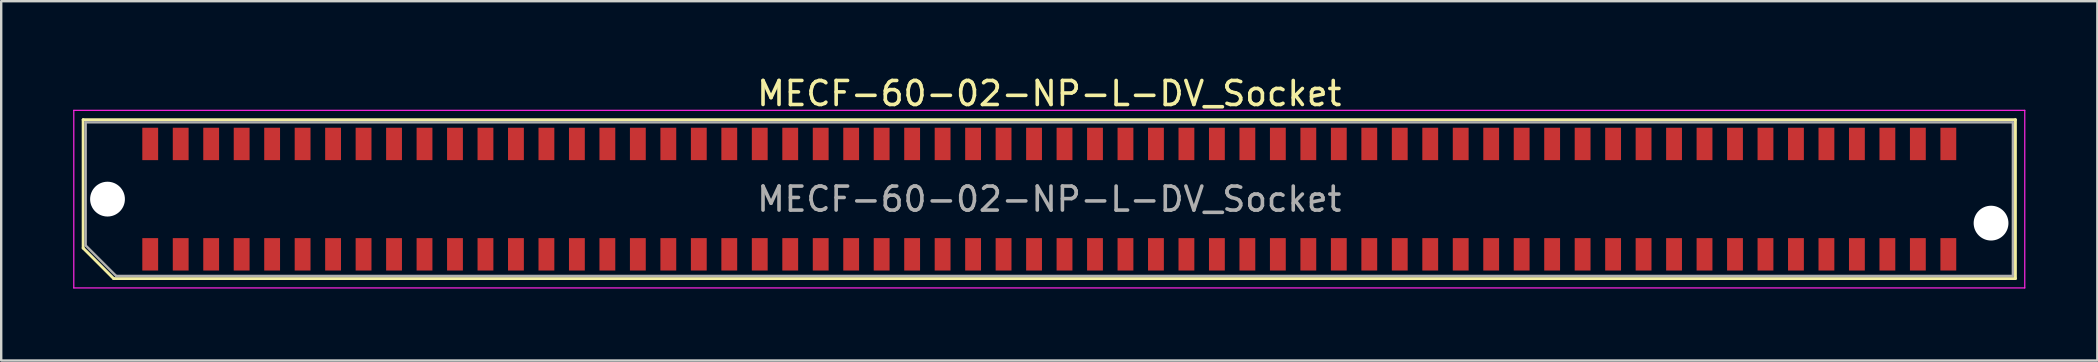
<source format=kicad_pcb>
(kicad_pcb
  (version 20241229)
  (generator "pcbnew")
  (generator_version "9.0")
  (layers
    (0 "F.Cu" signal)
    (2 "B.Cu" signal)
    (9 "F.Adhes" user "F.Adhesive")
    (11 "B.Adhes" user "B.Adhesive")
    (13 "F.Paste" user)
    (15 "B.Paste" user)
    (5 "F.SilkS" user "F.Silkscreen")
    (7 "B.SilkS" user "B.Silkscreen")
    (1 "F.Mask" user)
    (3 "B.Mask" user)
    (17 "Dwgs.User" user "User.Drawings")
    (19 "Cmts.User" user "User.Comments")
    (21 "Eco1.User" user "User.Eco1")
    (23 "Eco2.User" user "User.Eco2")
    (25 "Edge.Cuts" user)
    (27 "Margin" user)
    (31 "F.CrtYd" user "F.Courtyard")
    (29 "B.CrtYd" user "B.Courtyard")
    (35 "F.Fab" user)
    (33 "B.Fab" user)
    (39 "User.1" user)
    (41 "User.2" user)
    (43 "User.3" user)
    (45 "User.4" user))
  (footprint "MECF-60-02-NP-L-DV_Socket"
    (layer "F.Cu")
    (at 40.675 5.248)
    (property "Reference" "MECF-60-02-NP-L-DV_Socket" (at 0 -4.4 0) (layer "F.SilkS") (effects (font (size 1 1) (thickness 0.15))))
    (attr smd)
    (fp_line (start -40.26 -3.31) (end 40.26 -3.31) (stroke (width 0.12) (type solid)) (layer "F.SilkS"))
    (fp_line (start -40.26 2.04) (end -40.26 -3.31) (stroke (width 0.12) (type solid)) (layer "F.SilkS"))
    (fp_line (start -38.99 3.31) (end -40.26 2.04) (stroke (width 0.12) (type solid)) (layer "F.SilkS"))
    (fp_line (start -38.99 3.31) (end 40.26 3.31) (stroke (width 0.12) (type solid)) (layer "F.SilkS"))
    (fp_line (start 40.26 3.31) (end 40.26 -3.31) (stroke (width 0.12) (type solid)) (layer "F.SilkS"))
    (fp_line (start -40.65 -3.7) (end -40.65 3.7) (stroke (width 0.05) (type solid)) (layer "F.CrtYd"))
    (fp_line (start -40.65 3.7) (end 40.65 3.7) (stroke (width 0.05) (type solid)) (layer "F.CrtYd"))
    (fp_line (start 40.65 -3.7) (end -40.65 -3.7) (stroke (width 0.05) (type solid)) (layer "F.CrtYd"))
    (fp_line (start 40.65 3.7) (end 40.65 -3.7) (stroke (width 0.05) (type solid)) (layer "F.CrtYd"))
    (fp_line (start -40.155 -3.2) (end 40.155 -3.2) (stroke (width 0.1) (type solid)) (layer "F.Fab"))
    (fp_line (start -40.155 1.93) (end -40.155 -3.2) (stroke (width 0.1) (type solid)) (layer "F.Fab"))
    (fp_line (start -40.155 1.93) (end -38.885 3.2) (stroke (width 0.1) (type solid)) (layer "F.Fab"))
    (fp_line (start -38.885 3.2) (end 40.155 3.2) (stroke (width 0.1) (type solid)) (layer "F.Fab"))
    (fp_line (start 40.155 3.2) (end 40.155 -3.2) (stroke (width 0.1) (type solid)) (layer "F.Fab"))
    (fp_text user "${REFERENCE}" (at 0 0 0) (layer "F.Fab") (effects (font (size 1 1) (thickness 0.15))))
    (pad "" np_thru_hole circle (at -39.245 0) (size 1.45 1.45) (drill 1.45) (layers "*.Cu" "*.Mask"))
    (pad "" np_thru_hole circle (at 39.245 1) (size 1.45 1.45) (drill 1.45) (layers "*.Cu" "*.Mask"))
    (pad "1" smd rect (at -37.465 2.3) (size 0.66 1.35) (layers "F.Cu" "F.Mask" "F.Paste"))
    (pad "2" smd rect (at -37.465 -2.3) (size 0.66 1.35) (layers "F.Cu" "F.Mask" "F.Paste"))
    (pad "3" smd rect (at -36.195 2.3) (size 0.66 1.35) (layers "F.Cu" "F.Mask" "F.Paste"))
    (pad "4" smd rect (at -36.195 -2.3) (size 0.66 1.35) (layers "F.Cu" "F.Mask" "F.Paste"))
    (pad "5" smd rect (at -34.925 2.3) (size 0.66 1.35) (layers "F.Cu" "F.Mask" "F.Paste"))
    (pad "6" smd rect (at -34.925 -2.3) (size 0.66 1.35) (layers "F.Cu" "F.Mask" "F.Paste"))
    (pad "7" smd rect (at -33.655 2.3) (size 0.66 1.35) (layers "F.Cu" "F.Mask" "F.Paste"))
    (pad "8" smd rect (at -33.655 -2.3) (size 0.66 1.35) (layers "F.Cu" "F.Mask" "F.Paste"))
    (pad "9" smd rect (at -32.385 2.3) (size 0.66 1.35) (layers "F.Cu" "F.Mask" "F.Paste"))
    (pad "10" smd rect (at -32.385 -2.3) (size 0.66 1.35) (layers "F.Cu" "F.Mask" "F.Paste"))
    (pad "11" smd rect (at -31.115 2.3) (size 0.66 1.35) (layers "F.Cu" "F.Mask" "F.Paste"))
    (pad "12" smd rect (at -31.115 -2.3) (size 0.66 1.35) (layers "F.Cu" "F.Mask" "F.Paste"))
    (pad "13" smd rect (at -29.845 2.3) (size 0.66 1.35) (layers "F.Cu" "F.Mask" "F.Paste"))
    (pad "14" smd rect (at -29.845 -2.3) (size 0.66 1.35) (layers "F.Cu" "F.Mask" "F.Paste"))
    (pad "15" smd rect (at -28.575 2.3) (size 0.66 1.35) (layers "F.Cu" "F.Mask" "F.Paste"))
    (pad "16" smd rect (at -28.575 -2.3) (size 0.66 1.35) (layers "F.Cu" "F.Mask" "F.Paste"))
    (pad "17" smd rect (at -27.305 2.3) (size 0.66 1.35) (layers "F.Cu" "F.Mask" "F.Paste"))
    (pad "18" smd rect (at -27.305 -2.3) (size 0.66 1.35) (layers "F.Cu" "F.Mask" "F.Paste"))
    (pad "19" smd rect (at -26.035 2.3) (size 0.66 1.35) (layers "F.Cu" "F.Mask" "F.Paste"))
    (pad "20" smd rect (at -26.035 -2.3) (size 0.66 1.35) (layers "F.Cu" "F.Mask" "F.Paste"))
    (pad "21" smd rect (at -24.765 2.3) (size 0.66 1.35) (layers "F.Cu" "F.Mask" "F.Paste"))
    (pad "22" smd rect (at -24.765 -2.3) (size 0.66 1.35) (layers "F.Cu" "F.Mask" "F.Paste"))
    (pad "23" smd rect (at -23.495 2.3) (size 0.66 1.35) (layers "F.Cu" "F.Mask" "F.Paste"))
    (pad "24" smd rect (at -23.495 -2.3) (size 0.66 1.35) (layers "F.Cu" "F.Mask" "F.Paste"))
    (pad "25" smd rect (at -22.225 2.3) (size 0.66 1.35) (layers "F.Cu" "F.Mask" "F.Paste"))
    (pad "26" smd rect (at -22.225 -2.3) (size 0.66 1.35) (layers "F.Cu" "F.Mask" "F.Paste"))
    (pad "27" smd rect (at -20.955 2.3) (size 0.66 1.35) (layers "F.Cu" "F.Mask" "F.Paste"))
    (pad "28" smd rect (at -20.955 -2.3) (size 0.66 1.35) (layers "F.Cu" "F.Mask" "F.Paste"))
    (pad "29" smd rect (at -19.685 2.3) (size 0.66 1.35) (layers "F.Cu" "F.Mask" "F.Paste"))
    (pad "30" smd rect (at -19.685 -2.3) (size 0.66 1.35) (layers "F.Cu" "F.Mask" "F.Paste"))
    (pad "31" smd rect (at -18.415 2.3) (size 0.66 1.35) (layers "F.Cu" "F.Mask" "F.Paste"))
    (pad "32" smd rect (at -18.415 -2.3) (size 0.66 1.35) (layers "F.Cu" "F.Mask" "F.Paste"))
    (pad "33" smd rect (at -17.145 2.3) (size 0.66 1.35) (layers "F.Cu" "F.Mask" "F.Paste"))
    (pad "34" smd rect (at -17.145 -2.3) (size 0.66 1.35) (layers "F.Cu" "F.Mask" "F.Paste"))
    (pad "35" smd rect (at -15.875 2.3) (size 0.66 1.35) (layers "F.Cu" "F.Mask" "F.Paste"))
    (pad "36" smd rect (at -15.875 -2.3) (size 0.66 1.35) (layers "F.Cu" "F.Mask" "F.Paste"))
    (pad "37" smd rect (at -14.605 2.3) (size 0.66 1.35) (layers "F.Cu" "F.Mask" "F.Paste"))
    (pad "38" smd rect (at -14.605 -2.3) (size 0.66 1.35) (layers "F.Cu" "F.Mask" "F.Paste"))
    (pad "39" smd rect (at -13.335 2.3) (size 0.66 1.35) (layers "F.Cu" "F.Mask" "F.Paste"))
    (pad "40" smd rect (at -13.335 -2.3) (size 0.66 1.35) (layers "F.Cu" "F.Mask" "F.Paste"))
    (pad "41" smd rect (at -12.065 2.3) (size 0.66 1.35) (layers "F.Cu" "F.Mask" "F.Paste"))
    (pad "42" smd rect (at -12.065 -2.3) (size 0.66 1.35) (layers "F.Cu" "F.Mask" "F.Paste"))
    (pad "43" smd rect (at -10.795 2.3) (size 0.66 1.35) (layers "F.Cu" "F.Mask" "F.Paste"))
    (pad "44" smd rect (at -10.795 -2.3) (size 0.66 1.35) (layers "F.Cu" "F.Mask" "F.Paste"))
    (pad "45" smd rect (at -9.525 2.3) (size 0.66 1.35) (layers "F.Cu" "F.Mask" "F.Paste"))
    (pad "46" smd rect (at -9.525 -2.3) (size 0.66 1.35) (layers "F.Cu" "F.Mask" "F.Paste"))
    (pad "47" smd rect (at -8.255 2.3) (size 0.66 1.35) (layers "F.Cu" "F.Mask" "F.Paste"))
    (pad "48" smd rect (at -8.255 -2.3) (size 0.66 1.35) (layers "F.Cu" "F.Mask" "F.Paste"))
    (pad "49" smd rect (at -6.985 2.3) (size 0.66 1.35) (layers "F.Cu" "F.Mask" "F.Paste"))
    (pad "50" smd rect (at -6.985 -2.3) (size 0.66 1.35) (layers "F.Cu" "F.Mask" "F.Paste"))
    (pad "51" smd rect (at -5.715 2.3) (size 0.66 1.35) (layers "F.Cu" "F.Mask" "F.Paste"))
    (pad "52" smd rect (at -5.715 -2.3) (size 0.66 1.35) (layers "F.Cu" "F.Mask" "F.Paste"))
    (pad "53" smd rect (at -4.445 2.3) (size 0.66 1.35) (layers "F.Cu" "F.Mask" "F.Paste"))
    (pad "54" smd rect (at -4.445 -2.3) (size 0.66 1.35) (layers "F.Cu" "F.Mask" "F.Paste"))
    (pad "55" smd rect (at -3.175 2.3) (size 0.66 1.35) (layers "F.Cu" "F.Mask" "F.Paste"))
    (pad "56" smd rect (at -3.175 -2.3) (size 0.66 1.35) (layers "F.Cu" "F.Mask" "F.Paste"))
    (pad "57" smd rect (at -1.905 2.3) (size 0.66 1.35) (layers "F.Cu" "F.Mask" "F.Paste"))
    (pad "58" smd rect (at -1.905 -2.3) (size 0.66 1.35) (layers "F.Cu" "F.Mask" "F.Paste"))
    (pad "59" smd rect (at -0.635 2.3) (size 0.66 1.35) (layers "F.Cu" "F.Mask" "F.Paste"))
    (pad "60" smd rect (at -0.635 -2.3) (size 0.66 1.35) (layers "F.Cu" "F.Mask" "F.Paste"))
    (pad "61" smd rect (at 0.635 2.3) (size 0.66 1.35) (layers "F.Cu" "F.Mask" "F.Paste"))
    (pad "62" smd rect (at 0.635 -2.3) (size 0.66 1.35) (layers "F.Cu" "F.Mask" "F.Paste"))
    (pad "63" smd rect (at 1.905 2.3) (size 0.66 1.35) (layers "F.Cu" "F.Mask" "F.Paste"))
    (pad "64" smd rect (at 1.905 -2.3) (size 0.66 1.35) (layers "F.Cu" "F.Mask" "F.Paste"))
    (pad "65" smd rect (at 3.175 2.3) (size 0.66 1.35) (layers "F.Cu" "F.Mask" "F.Paste"))
    (pad "66" smd rect (at 3.175 -2.3) (size 0.66 1.35) (layers "F.Cu" "F.Mask" "F.Paste"))
    (pad "67" smd rect (at 4.445 2.3) (size 0.66 1.35) (layers "F.Cu" "F.Mask" "F.Paste"))
    (pad "68" smd rect (at 4.445 -2.3) (size 0.66 1.35) (layers "F.Cu" "F.Mask" "F.Paste"))
    (pad "69" smd rect (at 5.715 2.3) (size 0.66 1.35) (layers "F.Cu" "F.Mask" "F.Paste"))
    (pad "70" smd rect (at 5.715 -2.3) (size 0.66 1.35) (layers "F.Cu" "F.Mask" "F.Paste"))
    (pad "71" smd rect (at 6.985 2.3) (size 0.66 1.35) (layers "F.Cu" "F.Mask" "F.Paste"))
    (pad "72" smd rect (at 6.985 -2.3) (size 0.66 1.35) (layers "F.Cu" "F.Mask" "F.Paste"))
    (pad "73" smd rect (at 8.255 2.3) (size 0.66 1.35) (layers "F.Cu" "F.Mask" "F.Paste"))
    (pad "74" smd rect (at 8.255 -2.3) (size 0.66 1.35) (layers "F.Cu" "F.Mask" "F.Paste"))
    (pad "75" smd rect (at 9.525 2.3) (size 0.66 1.35) (layers "F.Cu" "F.Mask" "F.Paste"))
    (pad "76" smd rect (at 9.525 -2.3) (size 0.66 1.35) (layers "F.Cu" "F.Mask" "F.Paste"))
    (pad "77" smd rect (at 10.795 2.3) (size 0.66 1.35) (layers "F.Cu" "F.Mask" "F.Paste"))
    (pad "78" smd rect (at 10.795 -2.3) (size 0.66 1.35) (layers "F.Cu" "F.Mask" "F.Paste"))
    (pad "79" smd rect (at 12.065 2.3) (size 0.66 1.35) (layers "F.Cu" "F.Mask" "F.Paste"))
    (pad "80" smd rect (at 12.065 -2.3) (size 0.66 1.35) (layers "F.Cu" "F.Mask" "F.Paste"))
    (pad "81" smd rect (at 13.335 2.3) (size 0.66 1.35) (layers "F.Cu" "F.Mask" "F.Paste"))
    (pad "82" smd rect (at 13.335 -2.3) (size 0.66 1.35) (layers "F.Cu" "F.Mask" "F.Paste"))
    (pad "83" smd rect (at 14.605 2.3) (size 0.66 1.35) (layers "F.Cu" "F.Mask" "F.Paste"))
    (pad "84" smd rect (at 14.605 -2.3) (size 0.66 1.35) (layers "F.Cu" "F.Mask" "F.Paste"))
    (pad "85" smd rect (at 15.875 2.3) (size 0.66 1.35) (layers "F.Cu" "F.Mask" "F.Paste"))
    (pad "86" smd rect (at 15.875 -2.3) (size 0.66 1.35) (layers "F.Cu" "F.Mask" "F.Paste"))
    (pad "87" smd rect (at 17.145 2.3) (size 0.66 1.35) (layers "F.Cu" "F.Mask" "F.Paste"))
    (pad "88" smd rect (at 17.145 -2.3) (size 0.66 1.35) (layers "F.Cu" "F.Mask" "F.Paste"))
    (pad "89" smd rect (at 18.415 2.3) (size 0.66 1.35) (layers "F.Cu" "F.Mask" "F.Paste"))
    (pad "90" smd rect (at 18.415 -2.3) (size 0.66 1.35) (layers "F.Cu" "F.Mask" "F.Paste"))
    (pad "91" smd rect (at 19.685 2.3) (size 0.66 1.35) (layers "F.Cu" "F.Mask" "F.Paste"))
    (pad "92" smd rect (at 19.685 -2.3) (size 0.66 1.35) (layers "F.Cu" "F.Mask" "F.Paste"))
    (pad "93" smd rect (at 20.955 2.3) (size 0.66 1.35) (layers "F.Cu" "F.Mask" "F.Paste"))
    (pad "94" smd rect (at 20.955 -2.3) (size 0.66 1.35) (layers "F.Cu" "F.Mask" "F.Paste"))
    (pad "95" smd rect (at 22.225 2.3) (size 0.66 1.35) (layers "F.Cu" "F.Mask" "F.Paste"))
    (pad "96" smd rect (at 22.225 -2.3) (size 0.66 1.35) (layers "F.Cu" "F.Mask" "F.Paste"))
    (pad "97" smd rect (at 23.495 2.3) (size 0.66 1.35) (layers "F.Cu" "F.Mask" "F.Paste"))
    (pad "98" smd rect (at 23.495 -2.3) (size 0.66 1.35) (layers "F.Cu" "F.Mask" "F.Paste"))
    (pad "99" smd rect (at 24.765 2.3) (size 0.66 1.35) (layers "F.Cu" "F.Mask" "F.Paste"))
    (pad "100" smd rect (at 24.765 -2.3) (size 0.66 1.35) (layers "F.Cu" "F.Mask" "F.Paste"))
    (pad "101" smd rect (at 26.035 2.3) (size 0.66 1.35) (layers "F.Cu" "F.Mask" "F.Paste"))
    (pad "102" smd rect (at 26.035 -2.3) (size 0.66 1.35) (layers "F.Cu" "F.Mask" "F.Paste"))
    (pad "103" smd rect (at 27.305 2.3) (size 0.66 1.35) (layers "F.Cu" "F.Mask" "F.Paste"))
    (pad "104" smd rect (at 27.305 -2.3) (size 0.66 1.35) (layers "F.Cu" "F.Mask" "F.Paste"))
    (pad "105" smd rect (at 28.575 2.3) (size 0.66 1.35) (layers "F.Cu" "F.Mask" "F.Paste"))
    (pad "106" smd rect (at 28.575 -2.3) (size 0.66 1.35) (layers "F.Cu" "F.Mask" "F.Paste"))
    (pad "107" smd rect (at 29.845 2.3) (size 0.66 1.35) (layers "F.Cu" "F.Mask" "F.Paste"))
    (pad "108" smd rect (at 29.845 -2.3) (size 0.66 1.35) (layers "F.Cu" "F.Mask" "F.Paste"))
    (pad "109" smd rect (at 31.115 2.3) (size 0.66 1.35) (layers "F.Cu" "F.Mask" "F.Paste"))
    (pad "110" smd rect (at 31.115 -2.3) (size 0.66 1.35) (layers "F.Cu" "F.Mask" "F.Paste"))
    (pad "111" smd rect (at 32.385 2.3) (size 0.66 1.35) (layers "F.Cu" "F.Mask" "F.Paste"))
    (pad "112" smd rect (at 32.385 -2.3) (size 0.66 1.35) (layers "F.Cu" "F.Mask" "F.Paste"))
    (pad "113" smd rect (at 33.655 2.3) (size 0.66 1.35) (layers "F.Cu" "F.Mask" "F.Paste"))
    (pad "114" smd rect (at 33.655 -2.3) (size 0.66 1.35) (layers "F.Cu" "F.Mask" "F.Paste"))
    (pad "115" smd rect (at 34.925 2.3) (size 0.66 1.35) (layers "F.Cu" "F.Mask" "F.Paste"))
    (pad "116" smd rect (at 34.925 -2.3) (size 0.66 1.35) (layers "F.Cu" "F.Mask" "F.Paste"))
    (pad "117" smd rect (at 36.195 2.3) (size 0.66 1.35) (layers "F.Cu" "F.Mask" "F.Paste"))
    (pad "118" smd rect (at 36.195 -2.3) (size 0.66 1.35) (layers "F.Cu" "F.Mask" "F.Paste"))
    (pad "119" smd rect (at 37.465 2.3) (size 0.66 1.35) (layers "F.Cu" "F.Mask" "F.Paste"))
    (pad "120" smd rect (at 37.465 -2.3) (size 0.66 1.35) (layers "F.Cu" "F.Mask" "F.Paste")))
  (gr_rect
    (start -3 -3)
    (end 84.35 11.973)
    (stroke (width 0.1) (type default))
    (fill no)
    (layer "Edge.Cuts")))
</source>
